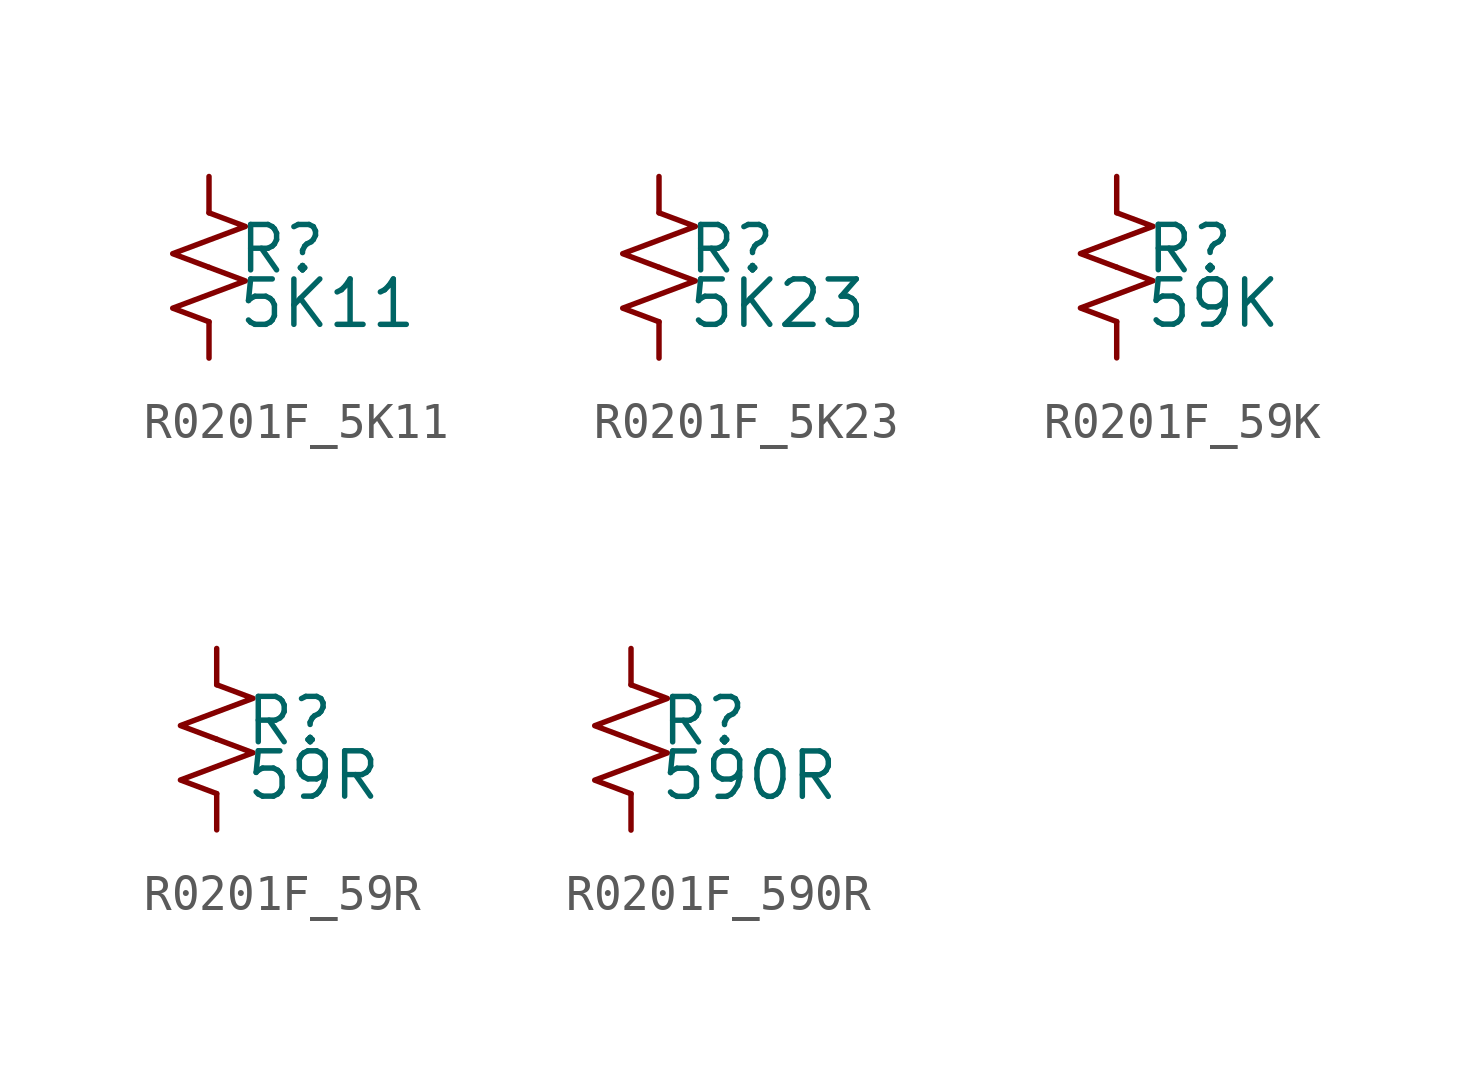
<source format=kicad_sym>
(kicad_symbol_lib
  (version 20220914)
  (generator kicad_symbol_editor)
  (symbol "R0201F_5K11"
    (pin_numbers hide)
    (pin_names
      (offset 0.254) hide)
    (property "Reference" "R"
      (at 0.762 0.508 0)
      (effects (font (size 1.27 1.27)) (justify left)))
    (property "Value" "5K11"
      (at 0.762 -1.016 0)
      (effects (font (size 1.27 1.27)) (justify left)))
    (symbol "R0201F_5K11_1_1"
      (polyline (pts (xy 0 0) (xy 1.016 -0.381) (xy 0 -0.762) (xy -1.016 -1.143) (xy 0 -1.524)) (stroke (width 0) (type default)) (fill (type none)))
      (polyline (pts (xy 0 1.524) (xy 1.016 1.143) (xy 0 0.762) (xy -1.016 0.381) (xy 0 0)) (stroke (width 0) (type default)) (fill (type none)))
      (pin passive line (at 0 2.54 270) (length 1.016) (name "~" (effects (font (size 1.27 1.27)))) (number "1" (effects (font (size 1.27 1.27)))))
      (pin passive line (at 0 -2.54 90) (length 1.016) (name "~" (effects (font (size 1.27 1.27)))) (number "2" (effects (font (size 1.27 1.27)))))))
  (symbol "R0201F_5K23"
    (pin_numbers hide)
    (pin_names
      (offset 0.254) hide)
    (property "Reference" "R"
      (at 0.762 0.508 0)
      (effects (font (size 1.27 1.27)) (justify left)))
    (property "Value" "5K23"
      (at 0.762 -1.016 0)
      (effects (font (size 1.27 1.27)) (justify left)))
    (symbol "R0201F_5K23_1_1"
      (polyline (pts (xy 0 0) (xy 1.016 -0.381) (xy 0 -0.762) (xy -1.016 -1.143) (xy 0 -1.524)) (stroke (width 0) (type default)) (fill (type none)))
      (polyline (pts (xy 0 1.524) (xy 1.016 1.143) (xy 0 0.762) (xy -1.016 0.381) (xy 0 0)) (stroke (width 0) (type default)) (fill (type none)))
      (pin passive line (at 0 2.54 270) (length 1.016) (name "~" (effects (font (size 1.27 1.27)))) (number "1" (effects (font (size 1.27 1.27)))))
      (pin passive line (at 0 -2.54 90) (length 1.016) (name "~" (effects (font (size 1.27 1.27)))) (number "2" (effects (font (size 1.27 1.27)))))))
  (symbol "R0201F_59K"
    (pin_numbers hide)
    (pin_names
      (offset 0.254) hide)
    (property "Reference" "R"
      (at 0.762 0.508 0)
      (effects (font (size 1.27 1.27)) (justify left)))
    (property "Value" "59K"
      (at 0.762 -1.016 0)
      (effects (font (size 1.27 1.27)) (justify left)))
    (symbol "R0201F_59K_1_1"
      (polyline (pts (xy 0 0) (xy 1.016 -0.381) (xy 0 -0.762) (xy -1.016 -1.143) (xy 0 -1.524)) (stroke (width 0) (type default)) (fill (type none)))
      (polyline (pts (xy 0 1.524) (xy 1.016 1.143) (xy 0 0.762) (xy -1.016 0.381) (xy 0 0)) (stroke (width 0) (type default)) (fill (type none)))
      (pin passive line (at 0 2.54 270) (length 1.016) (name "~" (effects (font (size 1.27 1.27)))) (number "1" (effects (font (size 1.27 1.27)))))
      (pin passive line (at 0 -2.54 90) (length 1.016) (name "~" (effects (font (size 1.27 1.27)))) (number "2" (effects (font (size 1.27 1.27)))))))
  (symbol "R0201F_59R"
    (pin_numbers hide)
    (pin_names
      (offset 0.254) hide)
    (property "Reference" "R"
      (at 0.762 0.508 0)
      (effects (font (size 1.27 1.27)) (justify left)))
    (property "Value" "59R"
      (at 0.762 -1.016 0)
      (effects (font (size 1.27 1.27)) (justify left)))
    (symbol "R0201F_59R_1_1"
      (polyline (pts (xy 0 0) (xy 1.016 -0.381) (xy 0 -0.762) (xy -1.016 -1.143) (xy 0 -1.524)) (stroke (width 0) (type default)) (fill (type none)))
      (polyline (pts (xy 0 1.524) (xy 1.016 1.143) (xy 0 0.762) (xy -1.016 0.381) (xy 0 0)) (stroke (width 0) (type default)) (fill (type none)))
      (pin passive line (at 0 2.54 270) (length 1.016) (name "~" (effects (font (size 1.27 1.27)))) (number "1" (effects (font (size 1.27 1.27)))))
      (pin passive line (at 0 -2.54 90) (length 1.016) (name "~" (effects (font (size 1.27 1.27)))) (number "2" (effects (font (size 1.27 1.27)))))))
  (symbol "R0201F_590R"
    (pin_numbers hide)
    (pin_names
      (offset 0.254) hide)
    (property "Reference" "R"
      (at 0.762 0.508 0)
      (effects (font (size 1.27 1.27)) (justify left)))
    (property "Value" "590R"
      (at 0.762 -1.016 0)
      (effects (font (size 1.27 1.27)) (justify left)))
    (symbol "R0201F_590R_1_1"
      (polyline (pts (xy 0 0) (xy 1.016 -0.381) (xy 0 -0.762) (xy -1.016 -1.143) (xy 0 -1.524)) (stroke (width 0) (type default)) (fill (type none)))
      (polyline (pts (xy 0 1.524) (xy 1.016 1.143) (xy 0 0.762) (xy -1.016 0.381) (xy 0 0)) (stroke (width 0) (type default)) (fill (type none)))
      (pin passive line (at 0 2.54 270) (length 1.016) (name "~" (effects (font (size 1.27 1.27)))) (number "1" (effects (font (size 1.27 1.27)))))
      (pin passive line (at 0 -2.54 90) (length 1.016) (name "~" (effects (font (size 1.27 1.27)))) (number "2" (effects (font (size 1.27 1.27))))))))
</source>
